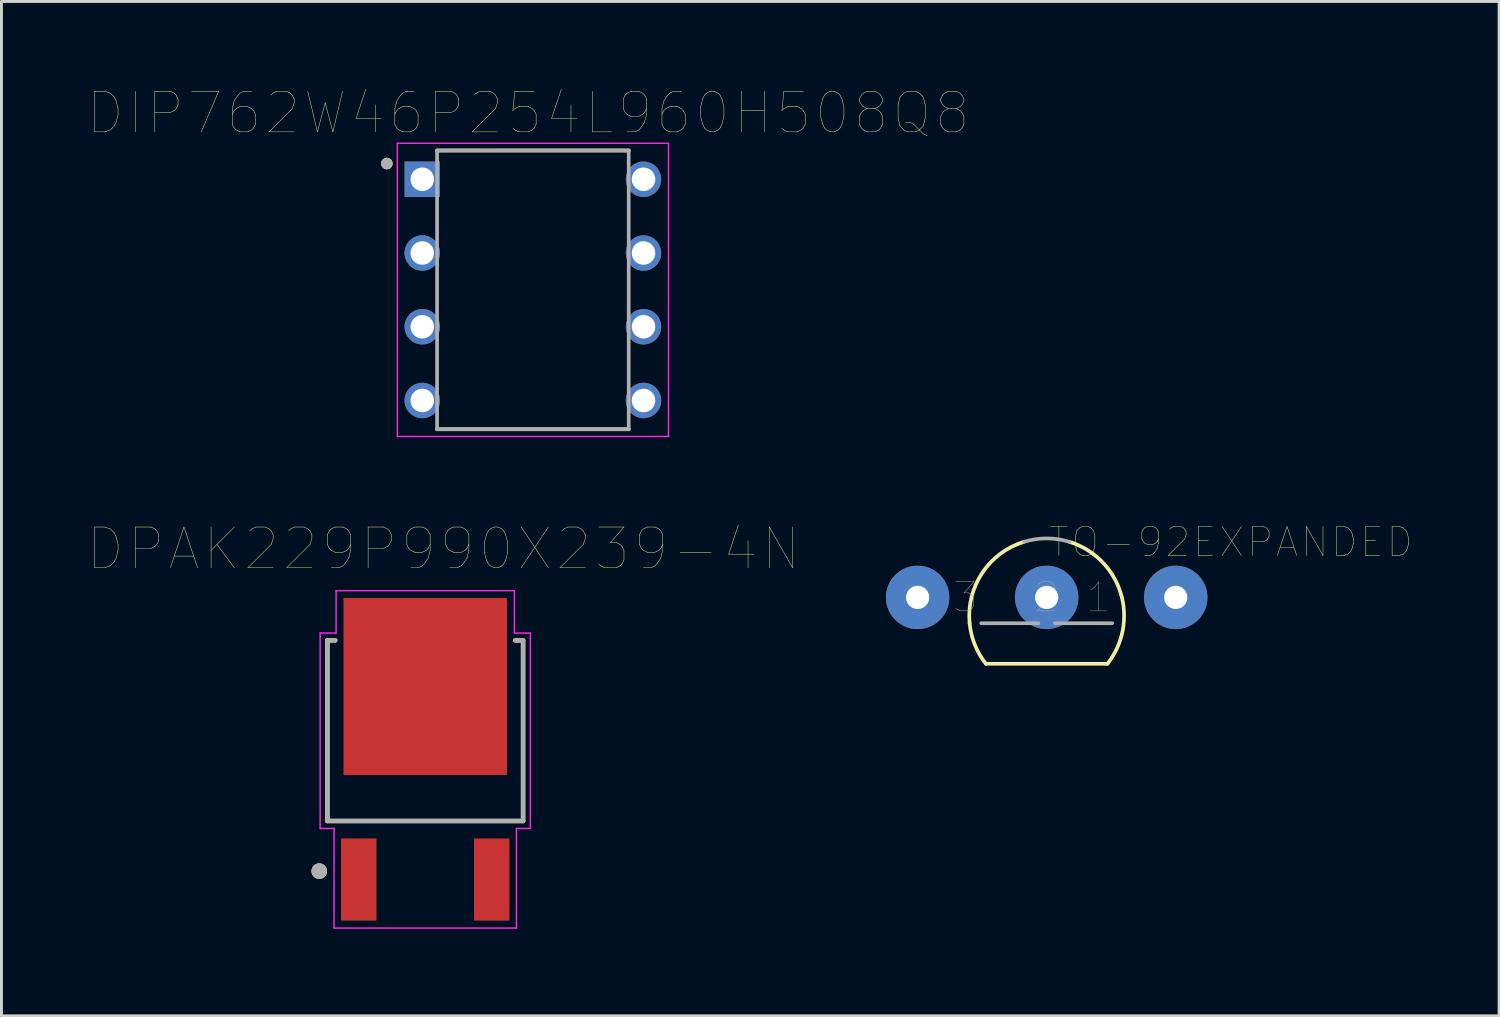
<source format=kicad_pcb>
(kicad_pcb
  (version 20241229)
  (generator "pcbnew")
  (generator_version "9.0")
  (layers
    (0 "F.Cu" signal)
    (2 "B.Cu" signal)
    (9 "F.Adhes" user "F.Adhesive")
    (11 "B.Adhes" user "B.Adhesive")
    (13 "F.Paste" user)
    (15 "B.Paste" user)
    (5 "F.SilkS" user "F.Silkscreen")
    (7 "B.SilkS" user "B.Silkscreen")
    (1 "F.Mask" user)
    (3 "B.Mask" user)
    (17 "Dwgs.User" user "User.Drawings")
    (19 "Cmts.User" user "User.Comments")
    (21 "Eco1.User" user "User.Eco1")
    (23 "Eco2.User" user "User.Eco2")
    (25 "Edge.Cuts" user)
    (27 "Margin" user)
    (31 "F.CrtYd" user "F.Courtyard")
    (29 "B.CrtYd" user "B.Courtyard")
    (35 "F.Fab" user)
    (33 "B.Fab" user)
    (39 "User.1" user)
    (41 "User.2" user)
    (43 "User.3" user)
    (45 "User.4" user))
  (footprint "TO-92EXPANDED"
    (layer "F.Cu")
    (at 33 16.891)
    (property "Reference" "TO-92EXPANDED" (at 6.35 -1.27 0) (layer "F.SilkS") (effects (font (size 1 1) (thickness 0.015))))
    (attr through_hole)
    (fp_line (start -2.095 2.921) (end 2.095 2.921) (stroke (width 0.127) (type solid)) (layer "F.SilkS"))
    (fp_arc (start -2.6549 1.524) (mid -2.219001 -0.209565) (end -0.7863 -1.2785) (stroke (width 0.127) (type solid)) (layer "F.SilkS"))
    (fp_arc (start -2.0946 2.921) (mid -2.475346 2.262847) (end -2.6549 1.524) (stroke (width 0.127) (type solid)) (layer "F.SilkS"))
    (fp_arc (start 0.786299 -1.2784) (mid 2.546275 0.476797) (end 2.0945 2.921) (stroke (width 0.127) (type solid)) (layer "F.SilkS"))
    (fp_line (start -2.254 1.524) (end -0.286 1.524) (stroke (width 0.127) (type solid)) (layer "F.Fab"))
    (fp_line (start 0.286 1.524) (end 2.254 1.524) (stroke (width 0.127) (type solid)) (layer "F.Fab"))
    (fp_arc (start -0.7863 -1.2785) (mid 0 -1.397043) (end 0.7863 -1.2785) (stroke (width 0.127) (type solid)) (layer "F.Fab"))
    (fp_text user "2" (at 0 0.636 0) (layer "F.Fab") (effects (font (size 1.001 1.001) (thickness 0.015))))
    (fp_text user "1" (at 1.781 0.636 0) (layer "F.Fab") (effects (font (size 1.002 1.002) (thickness 0.015))))
    (fp_text user "3" (at -2.796 0.635 0) (layer "F.Fab") (effects (font (size 1.001 1.001) (thickness 0.015))))
    (pad "1" thru_hole circle (at 4.445 0.635) (size 2.184 2.184) (drill 0.8) (layers "*.Cu" "*.Mask"))
    (pad "2" thru_hole circle (at 0 0.635) (size 2.184 2.184) (drill 0.8) (layers "*.Cu" "*.Mask"))
    (pad "3" thru_hole circle (at -4.445 0.635) (size 2.184 2.184) (drill 0.8) (layers "*.Cu" "*.Mask")))
  (footprint "DPAK229P990X239-4N"
    (layer "F.Cu")
    (at 11.596 23.104)
    (property "Reference" "DPAK229P990X239-4N" (at 0.636 -7.248 0) (layer "F.SilkS") (effects (font (size 1.402 1.402) (thickness 0.015))))
    (attr through_hole)
    (fp_line (start -3.37 -4.098) (end -3.37 2.123) (stroke (width 0.152) (type solid)) (layer "F.SilkS"))
    (fp_line (start -3.37 2.123) (end 3.37 2.123) (stroke (width 0.152) (type solid)) (layer "F.SilkS"))
    (fp_line (start -3.1 -4.098) (end -3.37 -4.098) (stroke (width 0.152) (type solid)) (layer "F.SilkS"))
    (fp_line (start 3.37 -4.098) (end 3.1 -4.098) (stroke (width 0.152) (type solid)) (layer "F.SilkS"))
    (fp_line (start 3.37 2.123) (end 3.37 -4.098) (stroke (width 0.152) (type solid)) (layer "F.SilkS"))
    (fp_circle (center -3.65 3.85) (end -3.509 3.85) (stroke (width 0.254) (type solid)) (fill no) (layer "F.SilkS"))
    (fp_poly (pts (xy -2.615 -5.195) (xy -1.15 -5.195) (xy -1.15 -3.893) (xy -2.615 -3.893)) (stroke (width 0.01) (type solid)) (fill yes) (layer "F.Paste"))
    (fp_poly (pts (xy -2.615 -1.135) (xy -1.15 -1.135) (xy -1.15 0.175) (xy -2.615 0.175)) (stroke (width 0.01) (type solid)) (fill yes) (layer "F.Paste"))
    (fp_poly (pts (xy -2.611 -3.165) (xy -1.15 -3.165) (xy -1.15 -1.856) (xy -2.611 -1.856)) (stroke (width 0.01) (type solid)) (fill yes) (layer "F.Paste"))
    (fp_poly (pts (xy -0.731 -3.165) (xy 0.73 -3.165) (xy 0.73 -1.858) (xy -0.731 -1.858)) (stroke (width 0.01) (type solid)) (fill yes) (layer "F.Paste"))
    (fp_poly (pts (xy -0.731 -5.195) (xy 0.73 -5.195) (xy 0.73 -3.892) (xy -0.731 -3.892)) (stroke (width 0.01) (type solid)) (fill yes) (layer "F.Paste"))
    (fp_poly (pts (xy -0.731 -1.135) (xy 0.73 -1.135) (xy 0.73 0.175) (xy -0.731 0.175)) (stroke (width 0.01) (type solid)) (fill yes) (layer "F.Paste"))
    (fp_poly (pts (xy -0.73 -5.195) (xy 0.73 -5.195) (xy 0.73 -3.887) (xy -0.73 -3.887)) (stroke (width 0.01) (type solid)) (fill yes) (layer "F.Paste"))
    (fp_poly (pts (xy 1.15 -3.165) (xy 2.61 -3.165) (xy 2.61 -1.855) (xy 1.15 -1.855)) (stroke (width 0.01) (type solid)) (fill yes) (layer "F.Paste"))
    (fp_poly (pts (xy 1.151 -5.195) (xy 2.61 -5.195) (xy 2.61 -3.887) (xy 1.151 -3.887)) (stroke (width 0.01) (type solid)) (fill yes) (layer "F.Paste"))
    (fp_poly (pts (xy 1.151 -1.135) (xy 2.61 -1.135) (xy 2.61 0.175) (xy 1.151 0.175)) (stroke (width 0.01) (type solid)) (fill yes) (layer "F.Paste"))
    (fp_line (start -3.62 -4.35) (end -3.07 -4.35) (stroke (width 0.05) (type solid)) (layer "F.CrtYd"))
    (fp_line (start -3.62 2.38) (end -3.62 -4.35) (stroke (width 0.05) (type solid)) (layer "F.CrtYd"))
    (fp_line (start -3.14 2.38) (end -3.62 2.38) (stroke (width 0.05) (type solid)) (layer "F.CrtYd"))
    (fp_line (start -3.14 5.81) (end -3.14 2.38) (stroke (width 0.05) (type solid)) (layer "F.CrtYd"))
    (fp_line (start -3.07 -5.81) (end 3.07 -5.81) (stroke (width 0.05) (type solid)) (layer "F.CrtYd"))
    (fp_line (start -3.07 -4.35) (end -3.07 -5.81) (stroke (width 0.05) (type solid)) (layer "F.CrtYd"))
    (fp_line (start 3.07 -5.81) (end 3.07 -4.35) (stroke (width 0.05) (type solid)) (layer "F.CrtYd"))
    (fp_line (start 3.07 -4.35) (end 3.62 -4.35) (stroke (width 0.05) (type solid)) (layer "F.CrtYd"))
    (fp_line (start 3.14 2.38) (end 3.14 5.81) (stroke (width 0.05) (type solid)) (layer "F.CrtYd"))
    (fp_line (start 3.14 5.81) (end -3.14 5.81) (stroke (width 0.05) (type solid)) (layer "F.CrtYd"))
    (fp_line (start 3.62 -4.35) (end 3.62 2.38) (stroke (width 0.05) (type solid)) (layer "F.CrtYd"))
    (fp_line (start 3.62 2.38) (end 3.14 2.38) (stroke (width 0.05) (type solid)) (layer "F.CrtYd"))
    (fp_line (start -3.37 -4.098) (end -3.37 2.123) (stroke (width 0.152) (type solid)) (layer "F.Fab"))
    (fp_line (start -3.37 2.123) (end 3.37 2.123) (stroke (width 0.152) (type solid)) (layer "F.Fab"))
    (fp_line (start -3.1 -4.098) (end -3.37 -4.098) (stroke (width 0.152) (type solid)) (layer "F.Fab"))
    (fp_line (start 3.37 -4.098) (end 3.1 -4.098) (stroke (width 0.152) (type solid)) (layer "F.Fab"))
    (fp_line (start 3.37 2.123) (end 3.37 -4.098) (stroke (width 0.152) (type solid)) (layer "F.Fab"))
    (fp_circle (center -3.65 3.85) (end -3.509 3.85) (stroke (width 0.254) (type solid)) (fill no) (layer "F.Fab"))
    (pad "1" smd rect (at -2.29 4.14) (size 1.22 2.83) (layers "F.Cu" "F.Mask" "F.Paste"))
    (pad "3" smd rect (at 2.29 4.14) (size 1.22 2.83) (layers "F.Cu" "F.Mask" "F.Paste"))
    (pad "4" smd rect (at 0 -2.51) (size 5.63 6.1) (layers "F.Cu" "F.Mask")))
  (footprint "DIP762W46P254L960H508Q8"
    (layer "F.Cu")
    (at 15.304 6.934)
    (property "Reference" "DIP762W46P254L960H508Q8" (at -0.155 -6.089 0) (layer "F.SilkS") (effects (font (size 1.4 1.4) (thickness 0.015))))
    (attr through_hole)
    (fp_line (start -3.3 -4.8) (end 3.3 -4.8) (stroke (width 0.127) (type solid)) (layer "F.SilkS"))
    (fp_line (start -3.3 4.8) (end 3.3 4.8) (stroke (width 0.127) (type solid)) (layer "F.SilkS"))
    (fp_circle (center -5.03 -4.35) (end -4.93 -4.35) (stroke (width 0.2) (type solid)) (fill no) (layer "F.SilkS"))
    (fp_line (start -4.67 -5.05) (end -4.67 5.05) (stroke (width 0.05) (type solid)) (layer "F.CrtYd"))
    (fp_line (start -4.67 5.05) (end 4.67 5.05) (stroke (width 0.05) (type solid)) (layer "F.CrtYd"))
    (fp_line (start 4.67 -5.05) (end -4.67 -5.05) (stroke (width 0.05) (type solid)) (layer "F.CrtYd"))
    (fp_line (start 4.67 5.05) (end 4.67 -5.05) (stroke (width 0.05) (type solid)) (layer "F.CrtYd"))
    (fp_line (start -3.3 -4.8) (end 3.3 -4.8) (stroke (width 0.127) (type solid)) (layer "F.Fab"))
    (fp_line (start -3.3 4.8) (end -3.3 -4.8) (stroke (width 0.127) (type solid)) (layer "F.Fab"))
    (fp_line (start 3.3 -4.8) (end 3.3 4.8) (stroke (width 0.127) (type solid)) (layer "F.Fab"))
    (fp_line (start 3.3 4.8) (end -3.3 4.8) (stroke (width 0.127) (type solid)) (layer "F.Fab"))
    (fp_circle (center -5.03 -4.35) (end -4.93 -4.35) (stroke (width 0.2) (type solid)) (fill no) (layer "F.Fab"))
    (pad "1" thru_hole rect (at -3.81 -3.81) (size 1.22 1.22) (drill 0.81) (layers "*.Cu" "*.Mask"))
    (pad "2" thru_hole circle (at -3.81 -1.27) (size 1.22 1.22) (drill 0.81) (layers "*.Cu" "*.Mask"))
    (pad "3" thru_hole circle (at -3.81 1.27) (size 1.22 1.22) (drill 0.81) (layers "*.Cu" "*.Mask"))
    (pad "4" thru_hole circle (at -3.81 3.81) (size 1.22 1.22) (drill 0.81) (layers "*.Cu" "*.Mask"))
    (pad "5" thru_hole circle (at 3.81 3.81) (size 1.22 1.22) (drill 0.81) (layers "*.Cu" "*.Mask"))
    (pad "6" thru_hole circle (at 3.81 1.27) (size 1.22 1.22) (drill 0.81) (layers "*.Cu" "*.Mask"))
    (pad "7" thru_hole circle (at 3.81 -1.27) (size 1.22 1.22) (drill 0.81) (layers "*.Cu" "*.Mask"))
    (pad "8" thru_hole circle (at 3.81 -3.81) (size 1.22 1.22) (drill 0.81) (layers "*.Cu" "*.Mask")))
  (gr_rect
    (start -3 -3)
    (end 48.583 31.939)
    (stroke (width 0.1) (type default))
    (fill no)
    (layer "Edge.Cuts")))
</source>
